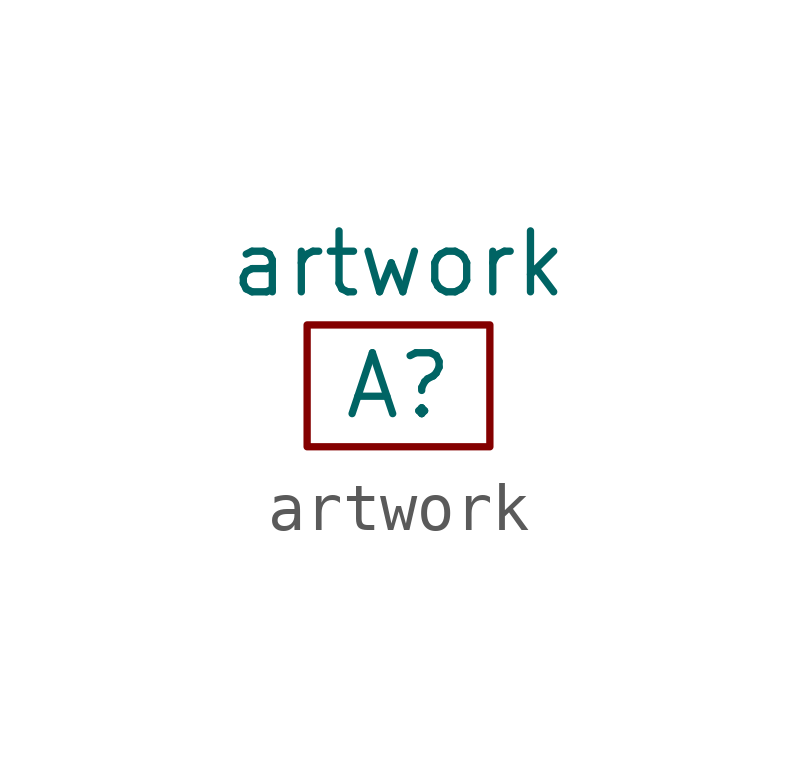
<source format=kicad_sym>
(kicad_symbol_lib
  (version 20211014)
  (generator kicad_symbol_editor)
  (symbol "artwork"
    (property "Reference" "A"
      (at 0 0 0)
      (effects (font (size 1.27 1.27))))
    (property "Value" "artwork"
      (at 0 2.54 0)
      (effects (font (size 1.27 1.27))))
    (symbol "artwork_0_1"
      (rectangle (start -1.905 1.27) (end 1.905 -1.27) (stroke (width 0) (type default) (color 0 0 0 0)) (fill (type none))))))
</source>
